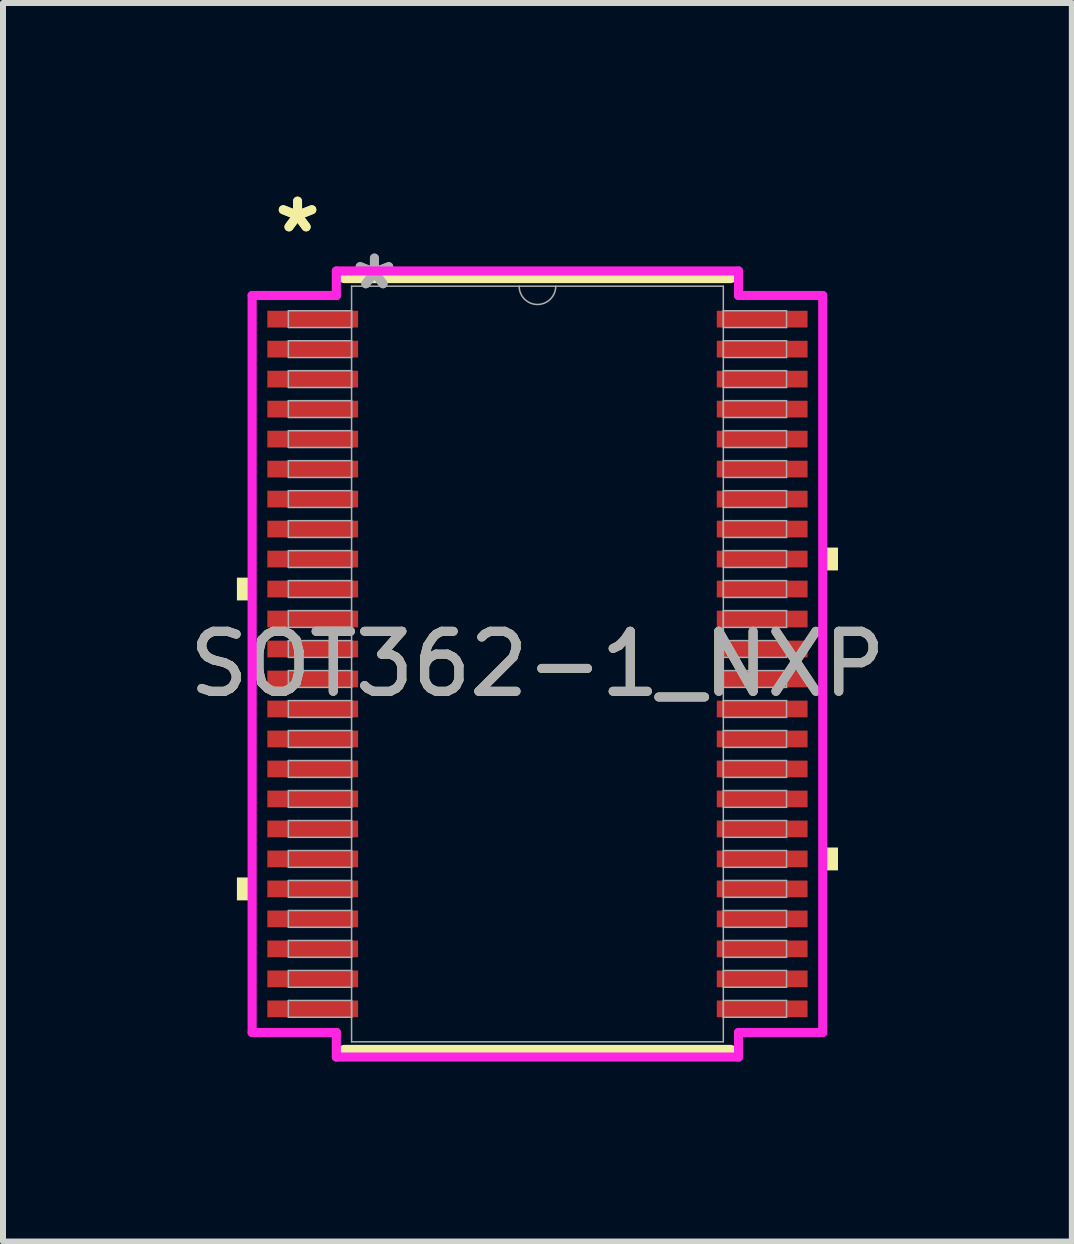
<source format=kicad_pcb>
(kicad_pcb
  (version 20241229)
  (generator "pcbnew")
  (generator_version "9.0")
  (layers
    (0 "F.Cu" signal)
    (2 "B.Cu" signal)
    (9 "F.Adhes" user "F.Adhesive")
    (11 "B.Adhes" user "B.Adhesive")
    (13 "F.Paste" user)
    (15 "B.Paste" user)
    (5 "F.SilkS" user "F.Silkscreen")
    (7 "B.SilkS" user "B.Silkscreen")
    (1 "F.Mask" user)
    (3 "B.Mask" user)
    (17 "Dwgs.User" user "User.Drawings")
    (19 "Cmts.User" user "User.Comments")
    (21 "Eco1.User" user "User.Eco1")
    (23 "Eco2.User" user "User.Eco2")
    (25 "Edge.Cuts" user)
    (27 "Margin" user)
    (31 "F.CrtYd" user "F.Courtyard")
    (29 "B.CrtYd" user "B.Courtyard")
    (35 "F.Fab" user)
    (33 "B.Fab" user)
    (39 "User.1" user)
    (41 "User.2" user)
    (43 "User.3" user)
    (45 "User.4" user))
  (footprint "SOT362-1_NXP"
    (layer "F.Cu")
    (at 5.911 8.021)
    (property "Reference" "SOT362-1_NXP" (at 0 0 0) (unlocked yes) (layer "F.SilkS") (effects (font (size 1 1) (thickness 0.15))))
    (attr smd)
    (fp_line (start -3.226 6.426) (end 3.226 6.426) (stroke (width 0.152) (type solid)) (layer "F.SilkS"))
    (fp_line (start 3.226 -6.426) (end -3.226 -6.426) (stroke (width 0.152) (type solid)) (layer "F.SilkS"))
    (fp_poly (pts (xy -5.011 -1.44) (xy -5.011 -1.06) (xy -4.757 -1.06) (xy -4.757 -1.44)) (stroke (width 0) (type solid)) (fill yes) (layer "F.SilkS"))
    (fp_poly (pts (xy -5.011 3.559) (xy -5.011 3.941) (xy -4.757 3.941) (xy -4.757 3.559)) (stroke (width 0) (type solid)) (fill yes) (layer "F.SilkS"))
    (fp_poly (pts (xy 5.011 -1.941) (xy 5.011 -1.56) (xy 4.757 -1.56) (xy 4.757 -1.941)) (stroke (width 0) (type solid)) (fill yes) (layer "F.SilkS"))
    (fp_poly (pts (xy 5.011 3.06) (xy 5.011 3.441) (xy 4.757 3.441) (xy 4.757 3.06)) (stroke (width 0) (type solid)) (fill yes) (layer "F.SilkS"))
    (fp_line (start -4.757 -6.144) (end -3.353 -6.144) (stroke (width 0.152) (type solid)) (layer "F.CrtYd"))
    (fp_line (start -4.757 6.144) (end -4.757 -6.144) (stroke (width 0.152) (type solid)) (layer "F.CrtYd"))
    (fp_line (start -4.757 6.144) (end -3.353 6.144) (stroke (width 0.152) (type solid)) (layer "F.CrtYd"))
    (fp_line (start -3.353 -6.553) (end 3.353 -6.553) (stroke (width 0.152) (type solid)) (layer "F.CrtYd"))
    (fp_line (start -3.353 -6.144) (end -3.353 -6.553) (stroke (width 0.152) (type solid)) (layer "F.CrtYd"))
    (fp_line (start -3.353 6.553) (end -3.353 6.144) (stroke (width 0.152) (type solid)) (layer "F.CrtYd"))
    (fp_line (start 3.353 -6.553) (end 3.353 -6.144) (stroke (width 0.152) (type solid)) (layer "F.CrtYd"))
    (fp_line (start 3.353 6.144) (end 3.353 6.553) (stroke (width 0.152) (type solid)) (layer "F.CrtYd"))
    (fp_line (start 3.353 6.553) (end -3.353 6.553) (stroke (width 0.152) (type solid)) (layer "F.CrtYd"))
    (fp_line (start 4.757 -6.144) (end 3.353 -6.144) (stroke (width 0.152) (type solid)) (layer "F.CrtYd"))
    (fp_line (start 4.757 -6.144) (end 4.757 6.144) (stroke (width 0.152) (type solid)) (layer "F.CrtYd"))
    (fp_line (start 4.757 6.144) (end 3.353 6.144) (stroke (width 0.152) (type solid)) (layer "F.CrtYd"))
    (fp_line (start -4.153 -5.89) (end -4.153 -5.61) (stroke (width 0.025) (type solid)) (layer "F.Fab"))
    (fp_line (start -4.153 -5.61) (end -3.099 -5.61) (stroke (width 0.025) (type solid)) (layer "F.Fab"))
    (fp_line (start -4.153 -5.39) (end -4.153 -5.11) (stroke (width 0.025) (type solid)) (layer "F.Fab"))
    (fp_line (start -4.153 -5.11) (end -3.099 -5.11) (stroke (width 0.025) (type solid)) (layer "F.Fab"))
    (fp_line (start -4.153 -4.89) (end -4.153 -4.61) (stroke (width 0.025) (type solid)) (layer "F.Fab"))
    (fp_line (start -4.153 -4.61) (end -3.099 -4.61) (stroke (width 0.025) (type solid)) (layer "F.Fab"))
    (fp_line (start -4.153 -4.39) (end -4.153 -4.11) (stroke (width 0.025) (type solid)) (layer "F.Fab"))
    (fp_line (start -4.153 -4.11) (end -3.099 -4.11) (stroke (width 0.025) (type solid)) (layer "F.Fab"))
    (fp_line (start -4.153 -3.89) (end -4.153 -3.61) (stroke (width 0.025) (type solid)) (layer "F.Fab"))
    (fp_line (start -4.153 -3.61) (end -3.099 -3.61) (stroke (width 0.025) (type solid)) (layer "F.Fab"))
    (fp_line (start -4.153 -3.39) (end -4.153 -3.11) (stroke (width 0.025) (type solid)) (layer "F.Fab"))
    (fp_line (start -4.153 -3.11) (end -3.099 -3.11) (stroke (width 0.025) (type solid)) (layer "F.Fab"))
    (fp_line (start -4.153 -2.89) (end -4.153 -2.61) (stroke (width 0.025) (type solid)) (layer "F.Fab"))
    (fp_line (start -4.153 -2.61) (end -3.099 -2.61) (stroke (width 0.025) (type solid)) (layer "F.Fab"))
    (fp_line (start -4.153 -2.39) (end -4.153 -2.11) (stroke (width 0.025) (type solid)) (layer "F.Fab"))
    (fp_line (start -4.153 -2.11) (end -3.099 -2.11) (stroke (width 0.025) (type solid)) (layer "F.Fab"))
    (fp_line (start -4.153 -1.89) (end -4.153 -1.61) (stroke (width 0.025) (type solid)) (layer "F.Fab"))
    (fp_line (start -4.153 -1.61) (end -3.099 -1.61) (stroke (width 0.025) (type solid)) (layer "F.Fab"))
    (fp_line (start -4.153 -1.39) (end -4.153 -1.11) (stroke (width 0.025) (type solid)) (layer "F.Fab"))
    (fp_line (start -4.153 -1.11) (end -3.099 -1.11) (stroke (width 0.025) (type solid)) (layer "F.Fab"))
    (fp_line (start -4.153 -0.89) (end -4.153 -0.61) (stroke (width 0.025) (type solid)) (layer "F.Fab"))
    (fp_line (start -4.153 -0.61) (end -3.099 -0.61) (stroke (width 0.025) (type solid)) (layer "F.Fab"))
    (fp_line (start -4.153 -0.39) (end -4.153 -0.11) (stroke (width 0.025) (type solid)) (layer "F.Fab"))
    (fp_line (start -4.153 -0.11) (end -3.099 -0.11) (stroke (width 0.025) (type solid)) (layer "F.Fab"))
    (fp_line (start -4.153 0.11) (end -4.153 0.39) (stroke (width 0.025) (type solid)) (layer "F.Fab"))
    (fp_line (start -4.153 0.39) (end -3.099 0.39) (stroke (width 0.025) (type solid)) (layer "F.Fab"))
    (fp_line (start -4.153 0.61) (end -4.153 0.89) (stroke (width 0.025) (type solid)) (layer "F.Fab"))
    (fp_line (start -4.153 0.89) (end -3.099 0.89) (stroke (width 0.025) (type solid)) (layer "F.Fab"))
    (fp_line (start -4.153 1.11) (end -4.153 1.39) (stroke (width 0.025) (type solid)) (layer "F.Fab"))
    (fp_line (start -4.153 1.39) (end -3.099 1.39) (stroke (width 0.025) (type solid)) (layer "F.Fab"))
    (fp_line (start -4.153 1.61) (end -4.153 1.89) (stroke (width 0.025) (type solid)) (layer "F.Fab"))
    (fp_line (start -4.153 1.89) (end -3.099 1.89) (stroke (width 0.025) (type solid)) (layer "F.Fab"))
    (fp_line (start -4.153 2.11) (end -4.153 2.39) (stroke (width 0.025) (type solid)) (layer "F.Fab"))
    (fp_line (start -4.153 2.39) (end -3.099 2.39) (stroke (width 0.025) (type solid)) (layer "F.Fab"))
    (fp_line (start -4.153 2.61) (end -4.153 2.89) (stroke (width 0.025) (type solid)) (layer "F.Fab"))
    (fp_line (start -4.153 2.89) (end -3.099 2.89) (stroke (width 0.025) (type solid)) (layer "F.Fab"))
    (fp_line (start -4.153 3.11) (end -4.153 3.39) (stroke (width 0.025) (type solid)) (layer "F.Fab"))
    (fp_line (start -4.153 3.39) (end -3.099 3.39) (stroke (width 0.025) (type solid)) (layer "F.Fab"))
    (fp_line (start -4.153 3.61) (end -4.153 3.89) (stroke (width 0.025) (type solid)) (layer "F.Fab"))
    (fp_line (start -4.153 3.89) (end -3.099 3.89) (stroke (width 0.025) (type solid)) (layer "F.Fab"))
    (fp_line (start -4.153 4.11) (end -4.153 4.39) (stroke (width 0.025) (type solid)) (layer "F.Fab"))
    (fp_line (start -4.153 4.39) (end -3.099 4.39) (stroke (width 0.025) (type solid)) (layer "F.Fab"))
    (fp_line (start -4.153 4.61) (end -4.153 4.89) (stroke (width 0.025) (type solid)) (layer "F.Fab"))
    (fp_line (start -4.153 4.89) (end -3.099 4.89) (stroke (width 0.025) (type solid)) (layer "F.Fab"))
    (fp_line (start -4.153 5.11) (end -4.153 5.39) (stroke (width 0.025) (type solid)) (layer "F.Fab"))
    (fp_line (start -4.153 5.39) (end -3.099 5.39) (stroke (width 0.025) (type solid)) (layer "F.Fab"))
    (fp_line (start -4.153 5.61) (end -4.153 5.89) (stroke (width 0.025) (type solid)) (layer "F.Fab"))
    (fp_line (start -4.153 5.89) (end -3.099 5.89) (stroke (width 0.025) (type solid)) (layer "F.Fab"))
    (fp_line (start -3.099 -6.299) (end -3.099 6.299) (stroke (width 0.025) (type solid)) (layer "F.Fab"))
    (fp_line (start -3.099 -5.89) (end -4.153 -5.89) (stroke (width 0.025) (type solid)) (layer "F.Fab"))
    (fp_line (start -3.099 -5.61) (end -3.099 -5.89) (stroke (width 0.025) (type solid)) (layer "F.Fab"))
    (fp_line (start -3.099 -5.39) (end -4.153 -5.39) (stroke (width 0.025) (type solid)) (layer "F.Fab"))
    (fp_line (start -3.099 -5.11) (end -3.099 -5.39) (stroke (width 0.025) (type solid)) (layer "F.Fab"))
    (fp_line (start -3.099 -4.89) (end -4.153 -4.89) (stroke (width 0.025) (type solid)) (layer "F.Fab"))
    (fp_line (start -3.099 -4.61) (end -3.099 -4.89) (stroke (width 0.025) (type solid)) (layer "F.Fab"))
    (fp_line (start -3.099 -4.39) (end -4.153 -4.39) (stroke (width 0.025) (type solid)) (layer "F.Fab"))
    (fp_line (start -3.099 -4.11) (end -3.099 -4.39) (stroke (width 0.025) (type solid)) (layer "F.Fab"))
    (fp_line (start -3.099 -3.89) (end -4.153 -3.89) (stroke (width 0.025) (type solid)) (layer "F.Fab"))
    (fp_line (start -3.099 -3.61) (end -3.099 -3.89) (stroke (width 0.025) (type solid)) (layer "F.Fab"))
    (fp_line (start -3.099 -3.39) (end -4.153 -3.39) (stroke (width 0.025) (type solid)) (layer "F.Fab"))
    (fp_line (start -3.099 -3.11) (end -3.099 -3.39) (stroke (width 0.025) (type solid)) (layer "F.Fab"))
    (fp_line (start -3.099 -2.89) (end -4.153 -2.89) (stroke (width 0.025) (type solid)) (layer "F.Fab"))
    (fp_line (start -3.099 -2.61) (end -3.099 -2.89) (stroke (width 0.025) (type solid)) (layer "F.Fab"))
    (fp_line (start -3.099 -2.39) (end -4.153 -2.39) (stroke (width 0.025) (type solid)) (layer "F.Fab"))
    (fp_line (start -3.099 -2.11) (end -3.099 -2.39) (stroke (width 0.025) (type solid)) (layer "F.Fab"))
    (fp_line (start -3.099 -1.89) (end -4.153 -1.89) (stroke (width 0.025) (type solid)) (layer "F.Fab"))
    (fp_line (start -3.099 -1.61) (end -3.099 -1.89) (stroke (width 0.025) (type solid)) (layer "F.Fab"))
    (fp_line (start -3.099 -1.39) (end -4.153 -1.39) (stroke (width 0.025) (type solid)) (layer "F.Fab"))
    (fp_line (start -3.099 -1.11) (end -3.099 -1.39) (stroke (width 0.025) (type solid)) (layer "F.Fab"))
    (fp_line (start -3.099 -0.89) (end -4.153 -0.89) (stroke (width 0.025) (type solid)) (layer "F.Fab"))
    (fp_line (start -3.099 -0.61) (end -3.099 -0.89) (stroke (width 0.025) (type solid)) (layer "F.Fab"))
    (fp_line (start -3.099 -0.39) (end -4.153 -0.39) (stroke (width 0.025) (type solid)) (layer "F.Fab"))
    (fp_line (start -3.099 -0.11) (end -3.099 -0.39) (stroke (width 0.025) (type solid)) (layer "F.Fab"))
    (fp_line (start -3.099 0.11) (end -4.153 0.11) (stroke (width 0.025) (type solid)) (layer "F.Fab"))
    (fp_line (start -3.099 0.39) (end -3.099 0.11) (stroke (width 0.025) (type solid)) (layer "F.Fab"))
    (fp_line (start -3.099 0.61) (end -4.153 0.61) (stroke (width 0.025) (type solid)) (layer "F.Fab"))
    (fp_line (start -3.099 0.89) (end -3.099 0.61) (stroke (width 0.025) (type solid)) (layer "F.Fab"))
    (fp_line (start -3.099 1.11) (end -4.153 1.11) (stroke (width 0.025) (type solid)) (layer "F.Fab"))
    (fp_line (start -3.099 1.39) (end -3.099 1.11) (stroke (width 0.025) (type solid)) (layer "F.Fab"))
    (fp_line (start -3.099 1.61) (end -4.153 1.61) (stroke (width 0.025) (type solid)) (layer "F.Fab"))
    (fp_line (start -3.099 1.89) (end -3.099 1.61) (stroke (width 0.025) (type solid)) (layer "F.Fab"))
    (fp_line (start -3.099 2.11) (end -4.153 2.11) (stroke (width 0.025) (type solid)) (layer "F.Fab"))
    (fp_line (start -3.099 2.39) (end -3.099 2.11) (stroke (width 0.025) (type solid)) (layer "F.Fab"))
    (fp_line (start -3.099 2.61) (end -4.153 2.61) (stroke (width 0.025) (type solid)) (layer "F.Fab"))
    (fp_line (start -3.099 2.89) (end -3.099 2.61) (stroke (width 0.025) (type solid)) (layer "F.Fab"))
    (fp_line (start -3.099 3.11) (end -4.153 3.11) (stroke (width 0.025) (type solid)) (layer "F.Fab"))
    (fp_line (start -3.099 3.39) (end -3.099 3.11) (stroke (width 0.025) (type solid)) (layer "F.Fab"))
    (fp_line (start -3.099 3.61) (end -4.153 3.61) (stroke (width 0.025) (type solid)) (layer "F.Fab"))
    (fp_line (start -3.099 3.89) (end -3.099 3.61) (stroke (width 0.025) (type solid)) (layer "F.Fab"))
    (fp_line (start -3.099 4.11) (end -4.153 4.11) (stroke (width 0.025) (type solid)) (layer "F.Fab"))
    (fp_line (start -3.099 4.39) (end -3.099 4.11) (stroke (width 0.025) (type solid)) (layer "F.Fab"))
    (fp_line (start -3.099 4.61) (end -4.153 4.61) (stroke (width 0.025) (type solid)) (layer "F.Fab"))
    (fp_line (start -3.099 4.89) (end -3.099 4.61) (stroke (width 0.025) (type solid)) (layer "F.Fab"))
    (fp_line (start -3.099 5.11) (end -4.153 5.11) (stroke (width 0.025) (type solid)) (layer "F.Fab"))
    (fp_line (start -3.099 5.39) (end -3.099 5.11) (stroke (width 0.025) (type solid)) (layer "F.Fab"))
    (fp_line (start -3.099 5.61) (end -4.153 5.61) (stroke (width 0.025) (type solid)) (layer "F.Fab"))
    (fp_line (start -3.099 5.89) (end -3.099 5.61) (stroke (width 0.025) (type solid)) (layer "F.Fab"))
    (fp_line (start -3.099 6.299) (end 3.099 6.299) (stroke (width 0.025) (type solid)) (layer "F.Fab"))
    (fp_line (start 3.099 -6.299) (end -3.099 -6.299) (stroke (width 0.025) (type solid)) (layer "F.Fab"))
    (fp_line (start 3.099 -5.89) (end 3.099 -5.61) (stroke (width 0.025) (type solid)) (layer "F.Fab"))
    (fp_line (start 3.099 -5.61) (end 4.153 -5.61) (stroke (width 0.025) (type solid)) (layer "F.Fab"))
    (fp_line (start 3.099 -5.39) (end 3.099 -5.11) (stroke (width 0.025) (type solid)) (layer "F.Fab"))
    (fp_line (start 3.099 -5.11) (end 4.153 -5.11) (stroke (width 0.025) (type solid)) (layer "F.Fab"))
    (fp_line (start 3.099 -4.89) (end 3.099 -4.61) (stroke (width 0.025) (type solid)) (layer "F.Fab"))
    (fp_line (start 3.099 -4.61) (end 4.153 -4.61) (stroke (width 0.025) (type solid)) (layer "F.Fab"))
    (fp_line (start 3.099 -4.39) (end 3.099 -4.11) (stroke (width 0.025) (type solid)) (layer "F.Fab"))
    (fp_line (start 3.099 -4.11) (end 4.153 -4.11) (stroke (width 0.025) (type solid)) (layer "F.Fab"))
    (fp_line (start 3.099 -3.89) (end 3.099 -3.61) (stroke (width 0.025) (type solid)) (layer "F.Fab"))
    (fp_line (start 3.099 -3.61) (end 4.153 -3.61) (stroke (width 0.025) (type solid)) (layer "F.Fab"))
    (fp_line (start 3.099 -3.39) (end 3.099 -3.11) (stroke (width 0.025) (type solid)) (layer "F.Fab"))
    (fp_line (start 3.099 -3.11) (end 4.153 -3.11) (stroke (width 0.025) (type solid)) (layer "F.Fab"))
    (fp_line (start 3.099 -2.89) (end 3.099 -2.61) (stroke (width 0.025) (type solid)) (layer "F.Fab"))
    (fp_line (start 3.099 -2.61) (end 4.153 -2.61) (stroke (width 0.025) (type solid)) (layer "F.Fab"))
    (fp_line (start 3.099 -2.39) (end 3.099 -2.11) (stroke (width 0.025) (type solid)) (layer "F.Fab"))
    (fp_line (start 3.099 -2.11) (end 4.153 -2.11) (stroke (width 0.025) (type solid)) (layer "F.Fab"))
    (fp_line (start 3.099 -1.89) (end 3.099 -1.61) (stroke (width 0.025) (type solid)) (layer "F.Fab"))
    (fp_line (start 3.099 -1.61) (end 4.153 -1.61) (stroke (width 0.025) (type solid)) (layer "F.Fab"))
    (fp_line (start 3.099 -1.39) (end 3.099 -1.11) (stroke (width 0.025) (type solid)) (layer "F.Fab"))
    (fp_line (start 3.099 -1.11) (end 4.153 -1.11) (stroke (width 0.025) (type solid)) (layer "F.Fab"))
    (fp_line (start 3.099 -0.89) (end 3.099 -0.61) (stroke (width 0.025) (type solid)) (layer "F.Fab"))
    (fp_line (start 3.099 -0.61) (end 4.153 -0.61) (stroke (width 0.025) (type solid)) (layer "F.Fab"))
    (fp_line (start 3.099 -0.39) (end 3.099 -0.11) (stroke (width 0.025) (type solid)) (layer "F.Fab"))
    (fp_line (start 3.099 -0.11) (end 4.153 -0.11) (stroke (width 0.025) (type solid)) (layer "F.Fab"))
    (fp_line (start 3.099 0.11) (end 3.099 0.39) (stroke (width 0.025) (type solid)) (layer "F.Fab"))
    (fp_line (start 3.099 0.39) (end 4.153 0.39) (stroke (width 0.025) (type solid)) (layer "F.Fab"))
    (fp_line (start 3.099 0.61) (end 3.099 0.89) (stroke (width 0.025) (type solid)) (layer "F.Fab"))
    (fp_line (start 3.099 0.89) (end 4.153 0.89) (stroke (width 0.025) (type solid)) (layer "F.Fab"))
    (fp_line (start 3.099 1.11) (end 3.099 1.39) (stroke (width 0.025) (type solid)) (layer "F.Fab"))
    (fp_line (start 3.099 1.39) (end 4.153 1.39) (stroke (width 0.025) (type solid)) (layer "F.Fab"))
    (fp_line (start 3.099 1.61) (end 3.099 1.89) (stroke (width 0.025) (type solid)) (layer "F.Fab"))
    (fp_line (start 3.099 1.89) (end 4.153 1.89) (stroke (width 0.025) (type solid)) (layer "F.Fab"))
    (fp_line (start 3.099 2.11) (end 3.099 2.39) (stroke (width 0.025) (type solid)) (layer "F.Fab"))
    (fp_line (start 3.099 2.39) (end 4.153 2.39) (stroke (width 0.025) (type solid)) (layer "F.Fab"))
    (fp_line (start 3.099 2.61) (end 3.099 2.89) (stroke (width 0.025) (type solid)) (layer "F.Fab"))
    (fp_line (start 3.099 2.89) (end 4.153 2.89) (stroke (width 0.025) (type solid)) (layer "F.Fab"))
    (fp_line (start 3.099 3.11) (end 3.099 3.39) (stroke (width 0.025) (type solid)) (layer "F.Fab"))
    (fp_line (start 3.099 3.39) (end 4.153 3.39) (stroke (width 0.025) (type solid)) (layer "F.Fab"))
    (fp_line (start 3.099 3.61) (end 3.099 3.89) (stroke (width 0.025) (type solid)) (layer "F.Fab"))
    (fp_line (start 3.099 3.89) (end 4.153 3.89) (stroke (width 0.025) (type solid)) (layer "F.Fab"))
    (fp_line (start 3.099 4.11) (end 3.099 4.39) (stroke (width 0.025) (type solid)) (layer "F.Fab"))
    (fp_line (start 3.099 4.39) (end 4.153 4.39) (stroke (width 0.025) (type solid)) (layer "F.Fab"))
    (fp_line (start 3.099 4.61) (end 3.099 4.89) (stroke (width 0.025) (type solid)) (layer "F.Fab"))
    (fp_line (start 3.099 4.89) (end 4.153 4.89) (stroke (width 0.025) (type solid)) (layer "F.Fab"))
    (fp_line (start 3.099 5.11) (end 3.099 5.39) (stroke (width 0.025) (type solid)) (layer "F.Fab"))
    (fp_line (start 3.099 5.39) (end 4.153 5.39) (stroke (width 0.025) (type solid)) (layer "F.Fab"))
    (fp_line (start 3.099 5.61) (end 3.099 5.89) (stroke (width 0.025) (type solid)) (layer "F.Fab"))
    (fp_line (start 3.099 5.89) (end 4.153 5.89) (stroke (width 0.025) (type solid)) (layer "F.Fab"))
    (fp_line (start 3.099 6.299) (end 3.099 -6.299) (stroke (width 0.025) (type solid)) (layer "F.Fab"))
    (fp_line (start 4.153 -5.89) (end 3.099 -5.89) (stroke (width 0.025) (type solid)) (layer "F.Fab"))
    (fp_line (start 4.153 -5.61) (end 4.153 -5.89) (stroke (width 0.025) (type solid)) (layer "F.Fab"))
    (fp_line (start 4.153 -5.39) (end 3.099 -5.39) (stroke (width 0.025) (type solid)) (layer "F.Fab"))
    (fp_line (start 4.153 -5.11) (end 4.153 -5.39) (stroke (width 0.025) (type solid)) (layer "F.Fab"))
    (fp_line (start 4.153 -4.89) (end 3.099 -4.89) (stroke (width 0.025) (type solid)) (layer "F.Fab"))
    (fp_line (start 4.153 -4.61) (end 4.153 -4.89) (stroke (width 0.025) (type solid)) (layer "F.Fab"))
    (fp_line (start 4.153 -4.39) (end 3.099 -4.39) (stroke (width 0.025) (type solid)) (layer "F.Fab"))
    (fp_line (start 4.153 -4.11) (end 4.153 -4.39) (stroke (width 0.025) (type solid)) (layer "F.Fab"))
    (fp_line (start 4.153 -3.89) (end 3.099 -3.89) (stroke (width 0.025) (type solid)) (layer "F.Fab"))
    (fp_line (start 4.153 -3.61) (end 4.153 -3.89) (stroke (width 0.025) (type solid)) (layer "F.Fab"))
    (fp_line (start 4.153 -3.39) (end 3.099 -3.39) (stroke (width 0.025) (type solid)) (layer "F.Fab"))
    (fp_line (start 4.153 -3.11) (end 4.153 -3.39) (stroke (width 0.025) (type solid)) (layer "F.Fab"))
    (fp_line (start 4.153 -2.89) (end 3.099 -2.89) (stroke (width 0.025) (type solid)) (layer "F.Fab"))
    (fp_line (start 4.153 -2.61) (end 4.153 -2.89) (stroke (width 0.025) (type solid)) (layer "F.Fab"))
    (fp_line (start 4.153 -2.39) (end 3.099 -2.39) (stroke (width 0.025) (type solid)) (layer "F.Fab"))
    (fp_line (start 4.153 -2.11) (end 4.153 -2.39) (stroke (width 0.025) (type solid)) (layer "F.Fab"))
    (fp_line (start 4.153 -1.89) (end 3.099 -1.89) (stroke (width 0.025) (type solid)) (layer "F.Fab"))
    (fp_line (start 4.153 -1.61) (end 4.153 -1.89) (stroke (width 0.025) (type solid)) (layer "F.Fab"))
    (fp_line (start 4.153 -1.39) (end 3.099 -1.39) (stroke (width 0.025) (type solid)) (layer "F.Fab"))
    (fp_line (start 4.153 -1.11) (end 4.153 -1.39) (stroke (width 0.025) (type solid)) (layer "F.Fab"))
    (fp_line (start 4.153 -0.89) (end 3.099 -0.89) (stroke (width 0.025) (type solid)) (layer "F.Fab"))
    (fp_line (start 4.153 -0.61) (end 4.153 -0.89) (stroke (width 0.025) (type solid)) (layer "F.Fab"))
    (fp_line (start 4.153 -0.39) (end 3.099 -0.39) (stroke (width 0.025) (type solid)) (layer "F.Fab"))
    (fp_line (start 4.153 -0.11) (end 4.153 -0.39) (stroke (width 0.025) (type solid)) (layer "F.Fab"))
    (fp_line (start 4.153 0.11) (end 3.099 0.11) (stroke (width 0.025) (type solid)) (layer "F.Fab"))
    (fp_line (start 4.153 0.39) (end 4.153 0.11) (stroke (width 0.025) (type solid)) (layer "F.Fab"))
    (fp_line (start 4.153 0.61) (end 3.099 0.61) (stroke (width 0.025) (type solid)) (layer "F.Fab"))
    (fp_line (start 4.153 0.89) (end 4.153 0.61) (stroke (width 0.025) (type solid)) (layer "F.Fab"))
    (fp_line (start 4.153 1.11) (end 3.099 1.11) (stroke (width 0.025) (type solid)) (layer "F.Fab"))
    (fp_line (start 4.153 1.39) (end 4.153 1.11) (stroke (width 0.025) (type solid)) (layer "F.Fab"))
    (fp_line (start 4.153 1.61) (end 3.099 1.61) (stroke (width 0.025) (type solid)) (layer "F.Fab"))
    (fp_line (start 4.153 1.89) (end 4.153 1.61) (stroke (width 0.025) (type solid)) (layer "F.Fab"))
    (fp_line (start 4.153 2.11) (end 3.099 2.11) (stroke (width 0.025) (type solid)) (layer "F.Fab"))
    (fp_line (start 4.153 2.39) (end 4.153 2.11) (stroke (width 0.025) (type solid)) (layer "F.Fab"))
    (fp_line (start 4.153 2.61) (end 3.099 2.61) (stroke (width 0.025) (type solid)) (layer "F.Fab"))
    (fp_line (start 4.153 2.89) (end 4.153 2.61) (stroke (width 0.025) (type solid)) (layer "F.Fab"))
    (fp_line (start 4.153 3.11) (end 3.099 3.11) (stroke (width 0.025) (type solid)) (layer "F.Fab"))
    (fp_line (start 4.153 3.39) (end 4.153 3.11) (stroke (width 0.025) (type solid)) (layer "F.Fab"))
    (fp_line (start 4.153 3.61) (end 3.099 3.61) (stroke (width 0.025) (type solid)) (layer "F.Fab"))
    (fp_line (start 4.153 3.89) (end 4.153 3.61) (stroke (width 0.025) (type solid)) (layer "F.Fab"))
    (fp_line (start 4.153 4.11) (end 3.099 4.11) (stroke (width 0.025) (type solid)) (layer "F.Fab"))
    (fp_line (start 4.153 4.39) (end 4.153 4.11) (stroke (width 0.025) (type solid)) (layer "F.Fab"))
    (fp_line (start 4.153 4.61) (end 3.099 4.61) (stroke (width 0.025) (type solid)) (layer "F.Fab"))
    (fp_line (start 4.153 4.89) (end 4.153 4.61) (stroke (width 0.025) (type solid)) (layer "F.Fab"))
    (fp_line (start 4.153 5.11) (end 3.099 5.11) (stroke (width 0.025) (type solid)) (layer "F.Fab"))
    (fp_line (start 4.153 5.39) (end 4.153 5.11) (stroke (width 0.025) (type solid)) (layer "F.Fab"))
    (fp_line (start 4.153 5.61) (end 3.099 5.61) (stroke (width 0.025) (type solid)) (layer "F.Fab"))
    (fp_line (start 4.153 5.89) (end 4.153 5.61) (stroke (width 0.025) (type solid)) (layer "F.Fab"))
    (fp_arc (start 0.3048 -6.2992) (mid 0 -5.9944) (end -0.3048 -6.2992) (stroke (width 0.0254) (type solid)) (layer "F.Fab"))
    (fp_text user "*" (at -4 -7.172 0) (unlocked yes) (layer "F.SilkS") (effects (font (size 1 1) (thickness 0.15))))
    (fp_text user "*" (at -4 -7.172 0) (layer "F.SilkS") (effects (font (size 1 1) (thickness 0.15))))
    (fp_text user "${REFERENCE}" (at 0 0 0) (unlocked yes) (layer "F.Fab") (effects (font (size 1 1) (thickness 0.15))))
    (fp_text user "*" (at -2.718 -6.223 0) (unlocked yes) (layer "F.Fab") (effects (font (size 1 1) (thickness 0.15))))
    (fp_text user "*" (at -2.718 -6.223 0) (layer "F.Fab") (effects (font (size 1 1) (thickness 0.15))))
    (pad "1" smd rect (at -3.747 -5.75) (size 1.513 0.279) (layers "F.Cu" "F.Mask" "F.Paste"))
    (pad "2" smd rect (at -3.747 -5.25) (size 1.513 0.279) (layers "F.Cu" "F.Mask" "F.Paste"))
    (pad "3" smd rect (at -3.747 -4.75) (size 1.513 0.279) (layers "F.Cu" "F.Mask" "F.Paste"))
    (pad "4" smd rect (at -3.747 -4.25) (size 1.513 0.279) (layers "F.Cu" "F.Mask" "F.Paste"))
    (pad "5" smd rect (at -3.747 -3.75) (size 1.513 0.279) (layers "F.Cu" "F.Mask" "F.Paste"))
    (pad "6" smd rect (at -3.747 -3.25) (size 1.513 0.279) (layers "F.Cu" "F.Mask" "F.Paste"))
    (pad "7" smd rect (at -3.747 -2.75) (size 1.513 0.279) (layers "F.Cu" "F.Mask" "F.Paste"))
    (pad "8" smd rect (at -3.747 -2.25) (size 1.513 0.279) (layers "F.Cu" "F.Mask" "F.Paste"))
    (pad "9" smd rect (at -3.747 -1.75) (size 1.513 0.279) (layers "F.Cu" "F.Mask" "F.Paste"))
    (pad "10" smd rect (at -3.747 -1.25) (size 1.513 0.279) (layers "F.Cu" "F.Mask" "F.Paste"))
    (pad "11" smd rect (at -3.747 -0.75) (size 1.513 0.279) (layers "F.Cu" "F.Mask" "F.Paste"))
    (pad "12" smd rect (at -3.747 -0.25) (size 1.513 0.279) (layers "F.Cu" "F.Mask" "F.Paste"))
    (pad "13" smd rect (at -3.747 0.25) (size 1.513 0.279) (layers "F.Cu" "F.Mask" "F.Paste"))
    (pad "14" smd rect (at -3.747 0.75) (size 1.513 0.279) (layers "F.Cu" "F.Mask" "F.Paste"))
    (pad "15" smd rect (at -3.747 1.25) (size 1.513 0.279) (layers "F.Cu" "F.Mask" "F.Paste"))
    (pad "16" smd rect (at -3.747 1.75) (size 1.513 0.279) (layers "F.Cu" "F.Mask" "F.Paste"))
    (pad "17" smd rect (at -3.747 2.25) (size 1.513 0.279) (layers "F.Cu" "F.Mask" "F.Paste"))
    (pad "18" smd rect (at -3.747 2.75) (size 1.513 0.279) (layers "F.Cu" "F.Mask" "F.Paste"))
    (pad "19" smd rect (at -3.747 3.25) (size 1.513 0.279) (layers "F.Cu" "F.Mask" "F.Paste"))
    (pad "20" smd rect (at -3.747 3.75) (size 1.513 0.279) (layers "F.Cu" "F.Mask" "F.Paste"))
    (pad "21" smd rect (at -3.747 4.25) (size 1.513 0.279) (layers "F.Cu" "F.Mask" "F.Paste"))
    (pad "22" smd rect (at -3.747 4.75) (size 1.513 0.279) (layers "F.Cu" "F.Mask" "F.Paste"))
    (pad "23" smd rect (at -3.747 5.25) (size 1.513 0.279) (layers "F.Cu" "F.Mask" "F.Paste"))
    (pad "24" smd rect (at -3.747 5.75) (size 1.513 0.279) (layers "F.Cu" "F.Mask" "F.Paste"))
    (pad "25" smd rect (at 3.747 5.75) (size 1.513 0.279) (layers "F.Cu" "F.Mask" "F.Paste"))
    (pad "26" smd rect (at 3.747 5.25) (size 1.513 0.279) (layers "F.Cu" "F.Mask" "F.Paste"))
    (pad "27" smd rect (at 3.747 4.75) (size 1.513 0.279) (layers "F.Cu" "F.Mask" "F.Paste"))
    (pad "28" smd rect (at 3.747 4.25) (size 1.513 0.279) (layers "F.Cu" "F.Mask" "F.Paste"))
    (pad "29" smd rect (at 3.747 3.75) (size 1.513 0.279) (layers "F.Cu" "F.Mask" "F.Paste"))
    (pad "30" smd rect (at 3.747 3.25) (size 1.513 0.279) (layers "F.Cu" "F.Mask" "F.Paste"))
    (pad "31" smd rect (at 3.747 2.75) (size 1.513 0.279) (layers "F.Cu" "F.Mask" "F.Paste"))
    (pad "32" smd rect (at 3.747 2.25) (size 1.513 0.279) (layers "F.Cu" "F.Mask" "F.Paste"))
    (pad "33" smd rect (at 3.747 1.75) (size 1.513 0.279) (layers "F.Cu" "F.Mask" "F.Paste"))
    (pad "34" smd rect (at 3.747 1.25) (size 1.513 0.279) (layers "F.Cu" "F.Mask" "F.Paste"))
    (pad "35" smd rect (at 3.747 0.75) (size 1.513 0.279) (layers "F.Cu" "F.Mask" "F.Paste"))
    (pad "36" smd rect (at 3.747 0.25) (size 1.513 0.279) (layers "F.Cu" "F.Mask" "F.Paste"))
    (pad "37" smd rect (at 3.747 -0.25) (size 1.513 0.279) (layers "F.Cu" "F.Mask" "F.Paste"))
    (pad "38" smd rect (at 3.747 -0.75) (size 1.513 0.279) (layers "F.Cu" "F.Mask" "F.Paste"))
    (pad "39" smd rect (at 3.747 -1.25) (size 1.513 0.279) (layers "F.Cu" "F.Mask" "F.Paste"))
    (pad "40" smd rect (at 3.747 -1.75) (size 1.513 0.279) (layers "F.Cu" "F.Mask" "F.Paste"))
    (pad "41" smd rect (at 3.747 -2.25) (size 1.513 0.279) (layers "F.Cu" "F.Mask" "F.Paste"))
    (pad "42" smd rect (at 3.747 -2.75) (size 1.513 0.279) (layers "F.Cu" "F.Mask" "F.Paste"))
    (pad "43" smd rect (at 3.747 -3.25) (size 1.513 0.279) (layers "F.Cu" "F.Mask" "F.Paste"))
    (pad "44" smd rect (at 3.747 -3.75) (size 1.513 0.279) (layers "F.Cu" "F.Mask" "F.Paste"))
    (pad "45" smd rect (at 3.747 -4.25) (size 1.513 0.279) (layers "F.Cu" "F.Mask" "F.Paste"))
    (pad "46" smd rect (at 3.747 -4.75) (size 1.513 0.279) (layers "F.Cu" "F.Mask" "F.Paste"))
    (pad "47" smd rect (at 3.747 -5.25) (size 1.513 0.279) (layers "F.Cu" "F.Mask" "F.Paste"))
    (pad "48" smd rect (at 3.747 -5.75) (size 1.513 0.279) (layers "F.Cu" "F.Mask" "F.Paste")))
  (gr_rect
    (start -3 -3)
    (end 14.821 17.65)
    (stroke (width 0.1) (type default))
    (fill no)
    (layer "Edge.Cuts")))
</source>
